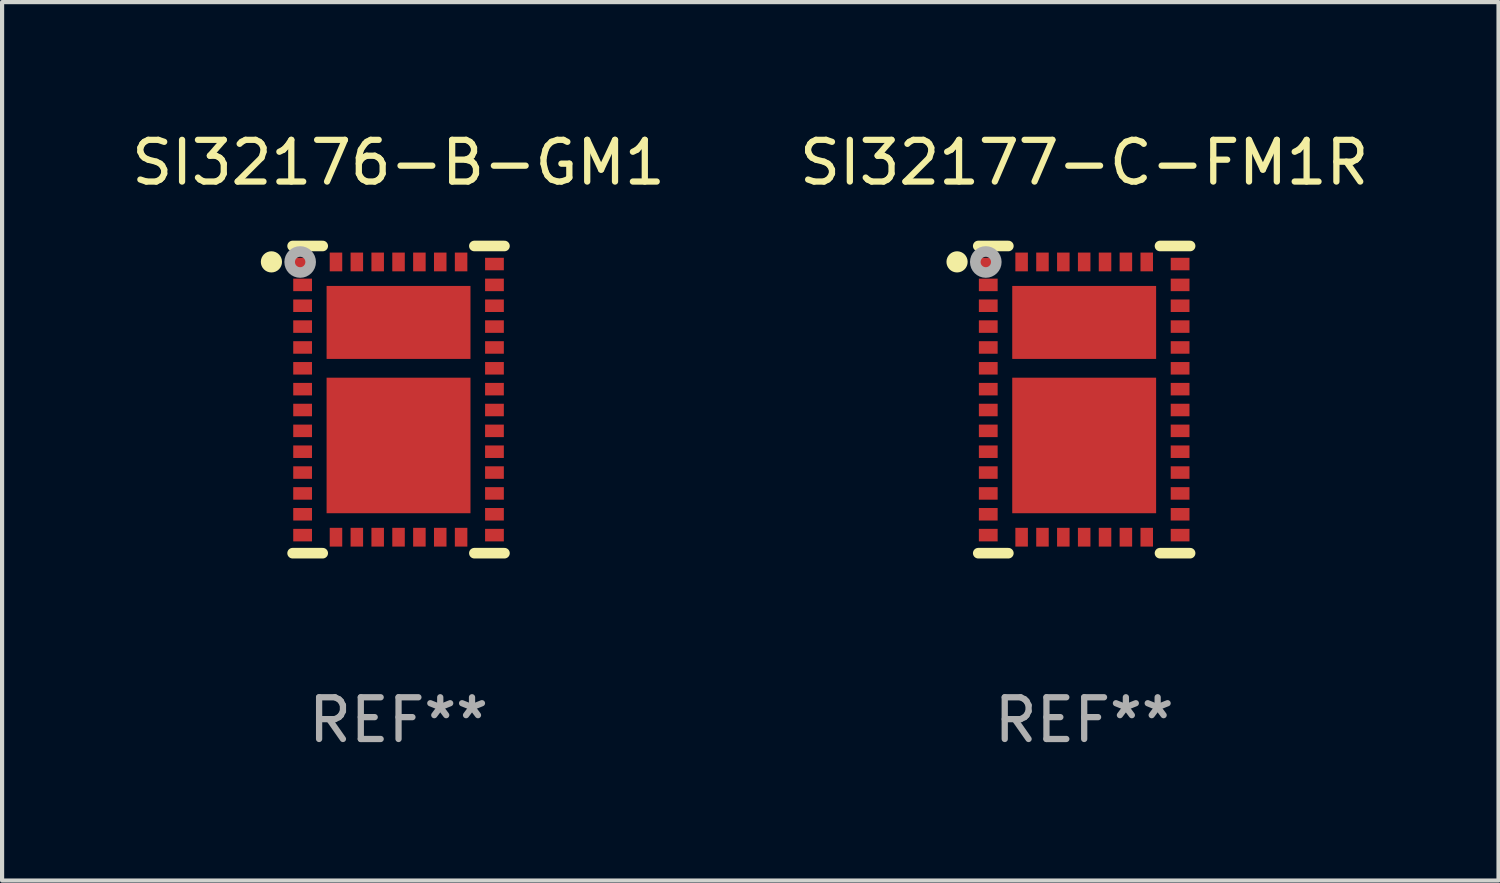
<source format=kicad_pcb>
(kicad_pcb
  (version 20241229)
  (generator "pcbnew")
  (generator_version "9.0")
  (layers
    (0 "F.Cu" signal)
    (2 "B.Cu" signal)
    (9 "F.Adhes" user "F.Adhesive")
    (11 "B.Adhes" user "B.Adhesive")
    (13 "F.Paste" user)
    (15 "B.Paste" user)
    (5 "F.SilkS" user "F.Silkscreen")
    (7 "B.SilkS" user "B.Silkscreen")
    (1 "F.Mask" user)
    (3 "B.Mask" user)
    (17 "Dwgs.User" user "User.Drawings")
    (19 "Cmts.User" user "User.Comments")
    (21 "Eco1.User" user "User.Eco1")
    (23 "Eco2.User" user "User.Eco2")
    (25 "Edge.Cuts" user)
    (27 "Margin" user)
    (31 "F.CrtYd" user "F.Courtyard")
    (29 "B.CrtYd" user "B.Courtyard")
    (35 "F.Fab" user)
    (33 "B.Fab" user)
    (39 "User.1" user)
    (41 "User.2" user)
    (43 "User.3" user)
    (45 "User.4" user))
  (footprint "SI32176-B-GM1"
    (layer "F.Cu")
    (at 6.506 6.531)
    (property "Reference" "SI32176-B-GM1" (at 0 -5.683 0) (layer "F.SilkS") (effects (font (size 1 1) (thickness 0.15))))
    (attr through_hole)
    (fp_line (start -1.818 -3.683) (end -2.54 -3.683) (stroke (width 0.254) (type solid)) (layer "F.SilkS"))
    (fp_line (start -1.818 3.683) (end -2.54 3.683) (stroke (width 0.254) (type solid)) (layer "F.SilkS"))
    (fp_line (start 1.818 -3.683) (end 2.54 -3.683) (stroke (width 0.254) (type solid)) (layer "F.SilkS"))
    (fp_line (start 1.818 3.683) (end 2.54 3.683) (stroke (width 0.254) (type solid)) (layer "F.SilkS"))
    (fp_circle (center -3.048 -3.302) (end -2.921 -3.302) (stroke (width 0.254) (type solid)) (fill no) (layer "F.SilkS"))
    (fp_circle (center -2.5 -3.5) (end -2.47 -3.5) (stroke (width 0.06) (type solid)) (fill no) (layer "F.SilkS"))
    (fp_circle (center -2.359 -3.299) (end -2.234 -3.299) (stroke (width 0.254) (type solid)) (fill no) (layer "F.Fab"))
    (fp_text user "REF**" (at 0 7.683 0) (layer "F.Fab") (effects (font (size 1 1) (thickness 0.15))))
    (pad "1" smd rect (at -2.3 -3.25) (size 0.45 0.3) (layers "F.Cu" "F.Mask" "F.Paste"))
    (pad "2" smd rect (at -2.3 -2.75) (size 0.45 0.3) (layers "F.Cu" "F.Mask" "F.Paste"))
    (pad "3" smd rect (at -2.3 -2.25) (size 0.45 0.3) (layers "F.Cu" "F.Mask" "F.Paste"))
    (pad "4" smd rect (at -2.3 -1.75) (size 0.45 0.3) (layers "F.Cu" "F.Mask" "F.Paste"))
    (pad "5" smd rect (at -2.3 -1.25) (size 0.45 0.3) (layers "F.Cu" "F.Mask" "F.Paste"))
    (pad "6" smd rect (at -2.3 -0.75) (size 0.45 0.3) (layers "F.Cu" "F.Mask" "F.Paste"))
    (pad "7" smd rect (at -2.3 -0.25) (size 0.45 0.3) (layers "F.Cu" "F.Mask" "F.Paste"))
    (pad "8" smd rect (at -2.3 0.25) (size 0.45 0.3) (layers "F.Cu" "F.Mask" "F.Paste"))
    (pad "9" smd rect (at -2.3 0.75) (size 0.45 0.3) (layers "F.Cu" "F.Mask" "F.Paste"))
    (pad "10" smd rect (at -2.3 1.25) (size 0.45 0.3) (layers "F.Cu" "F.Mask" "F.Paste"))
    (pad "11" smd rect (at -2.3 1.75) (size 0.45 0.3) (layers "F.Cu" "F.Mask" "F.Paste"))
    (pad "12" smd rect (at -2.3 2.25) (size 0.45 0.3) (layers "F.Cu" "F.Mask" "F.Paste"))
    (pad "13" smd rect (at -2.3 2.75) (size 0.45 0.3) (layers "F.Cu" "F.Mask" "F.Paste"))
    (pad "14" smd rect (at -2.3 3.25) (size 0.45 0.3) (layers "F.Cu" "F.Mask" "F.Paste"))
    (pad "15" smd rect (at -1.5 3.3 90) (size 0.45 0.3) (layers "F.Cu" "F.Mask" "F.Paste"))
    (pad "16" smd rect (at -1 3.3 90) (size 0.45 0.3) (layers "F.Cu" "F.Mask" "F.Paste"))
    (pad "17" smd rect (at -0.5 3.3 90) (size 0.45 0.3) (layers "F.Cu" "F.Mask" "F.Paste"))
    (pad "18" smd rect (at 0 3.3 90) (size 0.45 0.3) (layers "F.Cu" "F.Mask" "F.Paste"))
    (pad "19" smd rect (at 0.5 3.3 90) (size 0.45 0.3) (layers "F.Cu" "F.Mask" "F.Paste"))
    (pad "20" smd rect (at 1 3.3 90) (size 0.45 0.3) (layers "F.Cu" "F.Mask" "F.Paste"))
    (pad "21" smd rect (at 1.5 3.3 90) (size 0.45 0.3) (layers "F.Cu" "F.Mask" "F.Paste"))
    (pad "22" smd rect (at 2.3 3.25 180) (size 0.45 0.3) (layers "F.Cu" "F.Mask" "F.Paste"))
    (pad "23" smd rect (at 2.3 2.75 180) (size 0.45 0.3) (layers "F.Cu" "F.Mask" "F.Paste"))
    (pad "24" smd rect (at 2.3 2.25 180) (size 0.45 0.3) (layers "F.Cu" "F.Mask" "F.Paste"))
    (pad "25" smd rect (at 2.3 1.75 180) (size 0.45 0.3) (layers "F.Cu" "F.Mask" "F.Paste"))
    (pad "26" smd rect (at 2.3 1.25 180) (size 0.45 0.3) (layers "F.Cu" "F.Mask" "F.Paste"))
    (pad "27" smd rect (at 2.3 0.75 180) (size 0.45 0.3) (layers "F.Cu" "F.Mask" "F.Paste"))
    (pad "28" smd rect (at 2.3 0.25 180) (size 0.45 0.3) (layers "F.Cu" "F.Mask" "F.Paste"))
    (pad "29" smd rect (at 2.3 -0.25 180) (size 0.45 0.3) (layers "F.Cu" "F.Mask" "F.Paste"))
    (pad "30" smd rect (at 2.3 -0.75 180) (size 0.45 0.3) (layers "F.Cu" "F.Mask" "F.Paste"))
    (pad "31" smd rect (at 2.3 -1.25 180) (size 0.45 0.3) (layers "F.Cu" "F.Mask" "F.Paste"))
    (pad "32" smd rect (at 2.3 -1.75 180) (size 0.45 0.3) (layers "F.Cu" "F.Mask" "F.Paste"))
    (pad "33" smd rect (at 2.3 -2.25 180) (size 0.45 0.3) (layers "F.Cu" "F.Mask" "F.Paste"))
    (pad "34" smd rect (at 2.3 -2.75 180) (size 0.45 0.3) (layers "F.Cu" "F.Mask" "F.Paste"))
    (pad "35" smd rect (at 2.3 -3.25 180) (size 0.45 0.3) (layers "F.Cu" "F.Mask" "F.Paste"))
    (pad "36" smd rect (at 1.5 -3.3 270) (size 0.45 0.3) (layers "F.Cu" "F.Mask" "F.Paste"))
    (pad "37" smd rect (at 1 -3.3 270) (size 0.45 0.3) (layers "F.Cu" "F.Mask" "F.Paste"))
    (pad "38" smd rect (at 0.5 -3.3 270) (size 0.45 0.3) (layers "F.Cu" "F.Mask" "F.Paste"))
    (pad "39" smd rect (at 0 -3.3 270) (size 0.45 0.3) (layers "F.Cu" "F.Mask" "F.Paste"))
    (pad "40" smd rect (at -0.5 -3.3 270) (size 0.45 0.3) (layers "F.Cu" "F.Mask" "F.Paste"))
    (pad "41" smd rect (at -1 -3.3 270) (size 0.45 0.3) (layers "F.Cu" "F.Mask" "F.Paste"))
    (pad "42" smd rect (at -1.5 -3.3 270) (size 0.45 0.3) (layers "F.Cu" "F.Mask" "F.Paste"))
    (pad "43" smd rect (at 0 1.1 270) (size 3.25 3.45) (layers "F.Cu" "F.Mask" "F.Paste"))
    (pad "44" smd rect (at 0 -1.85 270) (size 1.75 3.45) (layers "F.Cu" "F.Mask" "F.Paste")))
  (footprint "SI32177-C-FM1R"
    (layer "F.Cu")
    (at 22.946 6.531)
    (property "Reference" "SI32177-C-FM1R" (at 0 -5.683 0) (layer "F.SilkS") (effects (font (size 1 1) (thickness 0.15))))
    (attr through_hole)
    (fp_line (start -1.818 -3.683) (end -2.54 -3.683) (stroke (width 0.254) (type solid)) (layer "F.SilkS"))
    (fp_line (start -1.818 3.683) (end -2.54 3.683) (stroke (width 0.254) (type solid)) (layer "F.SilkS"))
    (fp_line (start 1.818 -3.683) (end 2.54 -3.683) (stroke (width 0.254) (type solid)) (layer "F.SilkS"))
    (fp_line (start 1.818 3.683) (end 2.54 3.683) (stroke (width 0.254) (type solid)) (layer "F.SilkS"))
    (fp_circle (center -3.048 -3.302) (end -2.921 -3.302) (stroke (width 0.254) (type solid)) (fill no) (layer "F.SilkS"))
    (fp_circle (center -2.5 -3.5) (end -2.47 -3.5) (stroke (width 0.06) (type solid)) (fill no) (layer "F.SilkS"))
    (fp_circle (center -2.359 -3.299) (end -2.234 -3.299) (stroke (width 0.254) (type solid)) (fill no) (layer "F.Fab"))
    (fp_text user "REF**" (at 0 7.683 0) (layer "F.Fab") (effects (font (size 1 1) (thickness 0.15))))
    (pad "1" smd rect (at -2.3 -3.25) (size 0.45 0.3) (layers "F.Cu" "F.Mask" "F.Paste"))
    (pad "2" smd rect (at -2.3 -2.75) (size 0.45 0.3) (layers "F.Cu" "F.Mask" "F.Paste"))
    (pad "3" smd rect (at -2.3 -2.25) (size 0.45 0.3) (layers "F.Cu" "F.Mask" "F.Paste"))
    (pad "4" smd rect (at -2.3 -1.75) (size 0.45 0.3) (layers "F.Cu" "F.Mask" "F.Paste"))
    (pad "5" smd rect (at -2.3 -1.25) (size 0.45 0.3) (layers "F.Cu" "F.Mask" "F.Paste"))
    (pad "6" smd rect (at -2.3 -0.75) (size 0.45 0.3) (layers "F.Cu" "F.Mask" "F.Paste"))
    (pad "7" smd rect (at -2.3 -0.25) (size 0.45 0.3) (layers "F.Cu" "F.Mask" "F.Paste"))
    (pad "8" smd rect (at -2.3 0.25) (size 0.45 0.3) (layers "F.Cu" "F.Mask" "F.Paste"))
    (pad "9" smd rect (at -2.3 0.75) (size 0.45 0.3) (layers "F.Cu" "F.Mask" "F.Paste"))
    (pad "10" smd rect (at -2.3 1.25) (size 0.45 0.3) (layers "F.Cu" "F.Mask" "F.Paste"))
    (pad "11" smd rect (at -2.3 1.75) (size 0.45 0.3) (layers "F.Cu" "F.Mask" "F.Paste"))
    (pad "12" smd rect (at -2.3 2.25) (size 0.45 0.3) (layers "F.Cu" "F.Mask" "F.Paste"))
    (pad "13" smd rect (at -2.3 2.75) (size 0.45 0.3) (layers "F.Cu" "F.Mask" "F.Paste"))
    (pad "14" smd rect (at -2.3 3.25) (size 0.45 0.3) (layers "F.Cu" "F.Mask" "F.Paste"))
    (pad "15" smd rect (at -1.5 3.3 90) (size 0.45 0.3) (layers "F.Cu" "F.Mask" "F.Paste"))
    (pad "16" smd rect (at -1 3.3 90) (size 0.45 0.3) (layers "F.Cu" "F.Mask" "F.Paste"))
    (pad "17" smd rect (at -0.5 3.3 90) (size 0.45 0.3) (layers "F.Cu" "F.Mask" "F.Paste"))
    (pad "18" smd rect (at 0 3.3 90) (size 0.45 0.3) (layers "F.Cu" "F.Mask" "F.Paste"))
    (pad "19" smd rect (at 0.5 3.3 90) (size 0.45 0.3) (layers "F.Cu" "F.Mask" "F.Paste"))
    (pad "20" smd rect (at 1 3.3 90) (size 0.45 0.3) (layers "F.Cu" "F.Mask" "F.Paste"))
    (pad "21" smd rect (at 1.5 3.3 90) (size 0.45 0.3) (layers "F.Cu" "F.Mask" "F.Paste"))
    (pad "22" smd rect (at 2.3 3.25 180) (size 0.45 0.3) (layers "F.Cu" "F.Mask" "F.Paste"))
    (pad "23" smd rect (at 2.3 2.75 180) (size 0.45 0.3) (layers "F.Cu" "F.Mask" "F.Paste"))
    (pad "24" smd rect (at 2.3 2.25 180) (size 0.45 0.3) (layers "F.Cu" "F.Mask" "F.Paste"))
    (pad "25" smd rect (at 2.3 1.75 180) (size 0.45 0.3) (layers "F.Cu" "F.Mask" "F.Paste"))
    (pad "26" smd rect (at 2.3 1.25 180) (size 0.45 0.3) (layers "F.Cu" "F.Mask" "F.Paste"))
    (pad "27" smd rect (at 2.3 0.75 180) (size 0.45 0.3) (layers "F.Cu" "F.Mask" "F.Paste"))
    (pad "28" smd rect (at 2.3 0.25 180) (size 0.45 0.3) (layers "F.Cu" "F.Mask" "F.Paste"))
    (pad "29" smd rect (at 2.3 -0.25 180) (size 0.45 0.3) (layers "F.Cu" "F.Mask" "F.Paste"))
    (pad "30" smd rect (at 2.3 -0.75 180) (size 0.45 0.3) (layers "F.Cu" "F.Mask" "F.Paste"))
    (pad "31" smd rect (at 2.3 -1.25 180) (size 0.45 0.3) (layers "F.Cu" "F.Mask" "F.Paste"))
    (pad "32" smd rect (at 2.3 -1.75 180) (size 0.45 0.3) (layers "F.Cu" "F.Mask" "F.Paste"))
    (pad "33" smd rect (at 2.3 -2.25 180) (size 0.45 0.3) (layers "F.Cu" "F.Mask" "F.Paste"))
    (pad "34" smd rect (at 2.3 -2.75 180) (size 0.45 0.3) (layers "F.Cu" "F.Mask" "F.Paste"))
    (pad "35" smd rect (at 2.3 -3.25 180) (size 0.45 0.3) (layers "F.Cu" "F.Mask" "F.Paste"))
    (pad "36" smd rect (at 1.5 -3.3 270) (size 0.45 0.3) (layers "F.Cu" "F.Mask" "F.Paste"))
    (pad "37" smd rect (at 1 -3.3 270) (size 0.45 0.3) (layers "F.Cu" "F.Mask" "F.Paste"))
    (pad "38" smd rect (at 0.5 -3.3 270) (size 0.45 0.3) (layers "F.Cu" "F.Mask" "F.Paste"))
    (pad "39" smd rect (at 0 -3.3 270) (size 0.45 0.3) (layers "F.Cu" "F.Mask" "F.Paste"))
    (pad "40" smd rect (at -0.5 -3.3 270) (size 0.45 0.3) (layers "F.Cu" "F.Mask" "F.Paste"))
    (pad "41" smd rect (at -1 -3.3 270) (size 0.45 0.3) (layers "F.Cu" "F.Mask" "F.Paste"))
    (pad "42" smd rect (at -1.5 -3.3 270) (size 0.45 0.3) (layers "F.Cu" "F.Mask" "F.Paste"))
    (pad "43" smd rect (at 0 1.1 270) (size 3.25 3.45) (layers "F.Cu" "F.Mask" "F.Paste"))
    (pad "44" smd rect (at 0 -1.85 270) (size 1.75 3.45) (layers "F.Cu" "F.Mask" "F.Paste")))
  (gr_rect
    (start -3 -3)
    (end 32.881 18.063)
    (stroke (width 0.1) (type default))
    (fill no)
    (layer "Edge.Cuts")))
</source>
